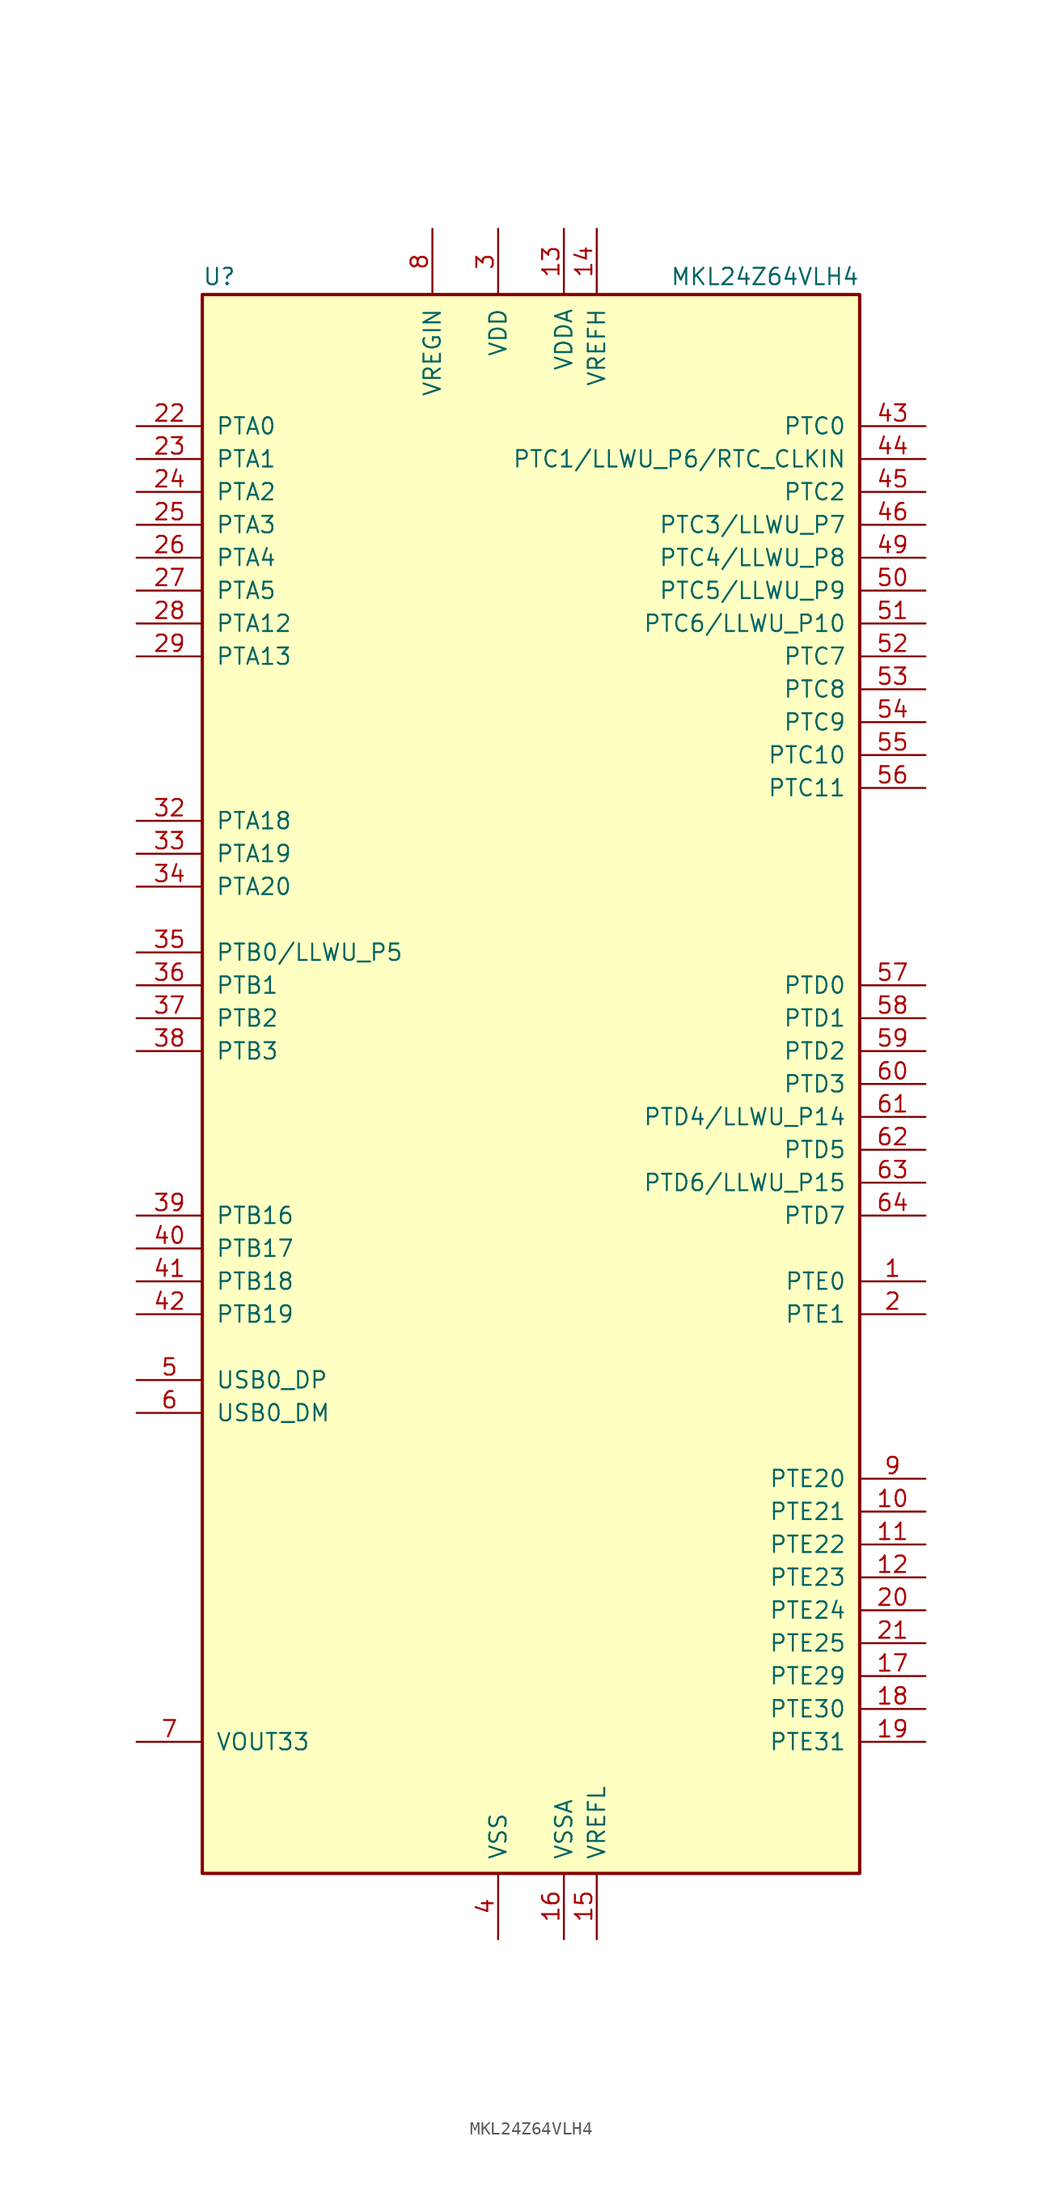
<source format=kicad_sym>
(kicad_symbol_lib
  (version 20241209)
  (generator "kicad_symbol_editor")
  (generator_version "9.0")
  (symbol "MKL24Z64VLH4"
    (pin_names
      (offset 1.016))
    (property "Reference" "U"
      (at -25.4 61.595 0)
      (effects (font (size 1.27 1.27)) (justify left bottom)))
    (property "Value" "MKL24Z64VLH4"
      (at 25.4 61.595 0)
      (effects (font (size 1.27 1.27)) (justify right bottom)))
    (symbol "MKL24Z64VLH4_0_1"
      (rectangle (start -25.4 60.96) (end 25.4 -60.96) (stroke (width 0.254) (type default)) (fill (type background))))
    (symbol "MKL24Z64VLH4_1_1"
      (pin bidirectional line (at -30.48 50.8 0) (length 5.08) (name "PTA0" (effects (font (size 1.27 1.27)))) (number "22" (effects (font (size 1.27 1.27)))))
      (pin bidirectional line (at -30.48 48.26 0) (length 5.08) (name "PTA1" (effects (font (size 1.27 1.27)))) (number "23" (effects (font (size 1.27 1.27)))))
      (pin bidirectional line (at -30.48 45.72 0) (length 5.08) (name "PTA2" (effects (font (size 1.27 1.27)))) (number "24" (effects (font (size 1.27 1.27)))))
      (pin bidirectional line (at -30.48 43.18 0) (length 5.08) (name "PTA3" (effects (font (size 1.27 1.27)))) (number "25" (effects (font (size 1.27 1.27)))))
      (pin bidirectional line (at -30.48 40.64 0) (length 5.08) (name "PTA4" (effects (font (size 1.27 1.27)))) (number "26" (effects (font (size 1.27 1.27)))))
      (pin bidirectional line (at -30.48 38.1 0) (length 5.08) (name "PTA5" (effects (font (size 1.27 1.27)))) (number "27" (effects (font (size 1.27 1.27)))))
      (pin bidirectional line (at -30.48 35.56 0) (length 5.08) (name "PTA12" (effects (font (size 1.27 1.27)))) (number "28" (effects (font (size 1.27 1.27)))))
      (pin bidirectional line (at -30.48 33.02 0) (length 5.08) (name "PTA13" (effects (font (size 1.27 1.27)))) (number "29" (effects (font (size 1.27 1.27)))))
      (pin bidirectional line (at -30.48 20.32 0) (length 5.08) (name "PTA18" (effects (font (size 1.27 1.27)))) (number "32" (effects (font (size 1.27 1.27)))))
      (pin bidirectional line (at -30.48 17.78 0) (length 5.08) (name "PTA19" (effects (font (size 1.27 1.27)))) (number "33" (effects (font (size 1.27 1.27)))))
      (pin bidirectional line (at -30.48 15.24 0) (length 5.08) (name "PTA20" (effects (font (size 1.27 1.27)))) (number "34" (effects (font (size 1.27 1.27)))))
      (pin bidirectional line (at -30.48 10.16 0) (length 5.08) (name "PTB0/LLWU_P5" (effects (font (size 1.27 1.27)))) (number "35" (effects (font (size 1.27 1.27)))))
      (pin bidirectional line (at -30.48 7.62 0) (length 5.08) (name "PTB1" (effects (font (size 1.27 1.27)))) (number "36" (effects (font (size 1.27 1.27)))))
      (pin bidirectional line (at -30.48 5.08 0) (length 5.08) (name "PTB2" (effects (font (size 1.27 1.27)))) (number "37" (effects (font (size 1.27 1.27)))))
      (pin bidirectional line (at -30.48 2.54 0) (length 5.08) (name "PTB3" (effects (font (size 1.27 1.27)))) (number "38" (effects (font (size 1.27 1.27)))))
      (pin bidirectional line (at -30.48 -10.16 0) (length 5.08) (name "PTB16" (effects (font (size 1.27 1.27)))) (number "39" (effects (font (size 1.27 1.27)))))
      (pin bidirectional line (at -30.48 -12.7 0) (length 5.08) (name "PTB17" (effects (font (size 1.27 1.27)))) (number "40" (effects (font (size 1.27 1.27)))))
      (pin bidirectional line (at -30.48 -15.24 0) (length 5.08) (name "PTB18" (effects (font (size 1.27 1.27)))) (number "41" (effects (font (size 1.27 1.27)))))
      (pin bidirectional line (at -30.48 -17.78 0) (length 5.08) (name "PTB19" (effects (font (size 1.27 1.27)))) (number "42" (effects (font (size 1.27 1.27)))))
      (pin bidirectional line (at -30.48 -22.86 0) (length 5.08) (name "USB0_DP" (effects (font (size 1.27 1.27)))) (number "5" (effects (font (size 1.27 1.27)))))
      (pin bidirectional line (at -30.48 -25.4 0) (length 5.08) (name "USB0_DM" (effects (font (size 1.27 1.27)))) (number "6" (effects (font (size 1.27 1.27)))))
      (pin power_out line (at -30.48 -50.8 0) (length 5.08) (name "VOUT33" (effects (font (size 1.27 1.27)))) (number "7" (effects (font (size 1.27 1.27)))))
      (pin power_in line (at -7.62 66.04 270) (length 5.08) (name "VREGIN" (effects (font (size 1.27 1.27)))) (number "8" (effects (font (size 1.27 1.27)))))
      (pin power_in line (at -2.54 66.04 270) (length 5.08) (name "VDD" (effects (font (size 1.27 1.27)))) (number "3" (effects (font (size 1.27 1.27)))))
      (pin passive line (at -2.54 66.04 270) (length 5.08) (hide yes) (name "VDD" (effects (font (size 1.27 1.27)))) (number "30" (effects (font (size 1.27 1.27)))))
      (pin passive line (at -2.54 66.04 270) (length 5.08) (hide yes) (name "VDD" (effects (font (size 1.27 1.27)))) (number "48" (effects (font (size 1.27 1.27)))))
      (pin passive line (at -2.54 -66.04 90) (length 5.08) (hide yes) (name "VSS" (effects (font (size 1.27 1.27)))) (number "31" (effects (font (size 1.27 1.27)))))
      (pin power_in line (at -2.54 -66.04 90) (length 5.08) (name "VSS" (effects (font (size 1.27 1.27)))) (number "4" (effects (font (size 1.27 1.27)))))
      (pin passive line (at -2.54 -66.04 90) (length 5.08) (hide yes) (name "VSS" (effects (font (size 1.27 1.27)))) (number "47" (effects (font (size 1.27 1.27)))))
      (pin power_in line (at 2.54 66.04 270) (length 5.08) (name "VDDA" (effects (font (size 1.27 1.27)))) (number "13" (effects (font (size 1.27 1.27)))))
      (pin power_in line (at 2.54 -66.04 90) (length 5.08) (name "VSSA" (effects (font (size 1.27 1.27)))) (number "16" (effects (font (size 1.27 1.27)))))
      (pin power_in line (at 5.08 66.04 270) (length 5.08) (name "VREFH" (effects (font (size 1.27 1.27)))) (number "14" (effects (font (size 1.27 1.27)))))
      (pin power_in line (at 5.08 -66.04 90) (length 5.08) (name "VREFL" (effects (font (size 1.27 1.27)))) (number "15" (effects (font (size 1.27 1.27)))))
      (pin bidirectional line (at 30.48 50.8 180) (length 5.08) (name "PTC0" (effects (font (size 1.27 1.27)))) (number "43" (effects (font (size 1.27 1.27)))))
      (pin bidirectional line (at 30.48 48.26 180) (length 5.08) (name "PTC1/LLWU_P6/RTC_CLKIN" (effects (font (size 1.27 1.27)))) (number "44" (effects (font (size 1.27 1.27)))))
      (pin bidirectional line (at 30.48 45.72 180) (length 5.08) (name "PTC2" (effects (font (size 1.27 1.27)))) (number "45" (effects (font (size 1.27 1.27)))))
      (pin bidirectional line (at 30.48 43.18 180) (length 5.08) (name "PTC3/LLWU_P7" (effects (font (size 1.27 1.27)))) (number "46" (effects (font (size 1.27 1.27)))))
      (pin bidirectional line (at 30.48 40.64 180) (length 5.08) (name "PTC4/LLWU_P8" (effects (font (size 1.27 1.27)))) (number "49" (effects (font (size 1.27 1.27)))))
      (pin bidirectional line (at 30.48 38.1 180) (length 5.08) (name "PTC5/LLWU_P9" (effects (font (size 1.27 1.27)))) (number "50" (effects (font (size 1.27 1.27)))))
      (pin bidirectional line (at 30.48 35.56 180) (length 5.08) (name "PTC6/LLWU_P10" (effects (font (size 1.27 1.27)))) (number "51" (effects (font (size 1.27 1.27)))))
      (pin bidirectional line (at 30.48 33.02 180) (length 5.08) (name "PTC7" (effects (font (size 1.27 1.27)))) (number "52" (effects (font (size 1.27 1.27)))))
      (pin bidirectional line (at 30.48 30.48 180) (length 5.08) (name "PTC8" (effects (font (size 1.27 1.27)))) (number "53" (effects (font (size 1.27 1.27)))))
      (pin bidirectional line (at 30.48 27.94 180) (length 5.08) (name "PTC9" (effects (font (size 1.27 1.27)))) (number "54" (effects (font (size 1.27 1.27)))))
      (pin bidirectional line (at 30.48 25.4 180) (length 5.08) (name "PTC10" (effects (font (size 1.27 1.27)))) (number "55" (effects (font (size 1.27 1.27)))))
      (pin bidirectional line (at 30.48 22.86 180) (length 5.08) (name "PTC11" (effects (font (size 1.27 1.27)))) (number "56" (effects (font (size 1.27 1.27)))))
      (pin bidirectional line (at 30.48 7.62 180) (length 5.08) (name "PTD0" (effects (font (size 1.27 1.27)))) (number "57" (effects (font (size 1.27 1.27)))))
      (pin bidirectional line (at 30.48 5.08 180) (length 5.08) (name "PTD1" (effects (font (size 1.27 1.27)))) (number "58" (effects (font (size 1.27 1.27)))))
      (pin bidirectional line (at 30.48 2.54 180) (length 5.08) (name "PTD2" (effects (font (size 1.27 1.27)))) (number "59" (effects (font (size 1.27 1.27)))))
      (pin bidirectional line (at 30.48 0 180) (length 5.08) (name "PTD3" (effects (font (size 1.27 1.27)))) (number "60" (effects (font (size 1.27 1.27)))))
      (pin bidirectional line (at 30.48 -2.54 180) (length 5.08) (name "PTD4/LLWU_P14" (effects (font (size 1.27 1.27)))) (number "61" (effects (font (size 1.27 1.27)))))
      (pin bidirectional line (at 30.48 -5.08 180) (length 5.08) (name "PTD5" (effects (font (size 1.27 1.27)))) (number "62" (effects (font (size 1.27 1.27)))))
      (pin bidirectional line (at 30.48 -7.62 180) (length 5.08) (name "PTD6/LLWU_P15" (effects (font (size 1.27 1.27)))) (number "63" (effects (font (size 1.27 1.27)))))
      (pin bidirectional line (at 30.48 -10.16 180) (length 5.08) (name "PTD7" (effects (font (size 1.27 1.27)))) (number "64" (effects (font (size 1.27 1.27)))))
      (pin bidirectional line (at 30.48 -15.24 180) (length 5.08) (name "PTE0" (effects (font (size 1.27 1.27)))) (number "1" (effects (font (size 1.27 1.27)))))
      (pin bidirectional line (at 30.48 -17.78 180) (length 5.08) (name "PTE1" (effects (font (size 1.27 1.27)))) (number "2" (effects (font (size 1.27 1.27)))))
      (pin bidirectional line (at 30.48 -30.48 180) (length 5.08) (name "PTE20" (effects (font (size 1.27 1.27)))) (number "9" (effects (font (size 1.27 1.27)))))
      (pin bidirectional line (at 30.48 -33.02 180) (length 5.08) (name "PTE21" (effects (font (size 1.27 1.27)))) (number "10" (effects (font (size 1.27 1.27)))))
      (pin bidirectional line (at 30.48 -35.56 180) (length 5.08) (name "PTE22" (effects (font (size 1.27 1.27)))) (number "11" (effects (font (size 1.27 1.27)))))
      (pin bidirectional line (at 30.48 -38.1 180) (length 5.08) (name "PTE23" (effects (font (size 1.27 1.27)))) (number "12" (effects (font (size 1.27 1.27)))))
      (pin bidirectional line (at 30.48 -40.64 180) (length 5.08) (name "PTE24" (effects (font (size 1.27 1.27)))) (number "20" (effects (font (size 1.27 1.27)))))
      (pin bidirectional line (at 30.48 -43.18 180) (length 5.08) (name "PTE25" (effects (font (size 1.27 1.27)))) (number "21" (effects (font (size 1.27 1.27)))))
      (pin bidirectional line (at 30.48 -45.72 180) (length 5.08) (name "PTE29" (effects (font (size 1.27 1.27)))) (number "17" (effects (font (size 1.27 1.27)))))
      (pin bidirectional line (at 30.48 -48.26 180) (length 5.08) (name "PTE30" (effects (font (size 1.27 1.27)))) (number "18" (effects (font (size 1.27 1.27)))))
      (pin bidirectional line (at 30.48 -50.8 180) (length 5.08) (name "PTE31" (effects (font (size 1.27 1.27)))) (number "19" (effects (font (size 1.27 1.27))))))))
</source>
